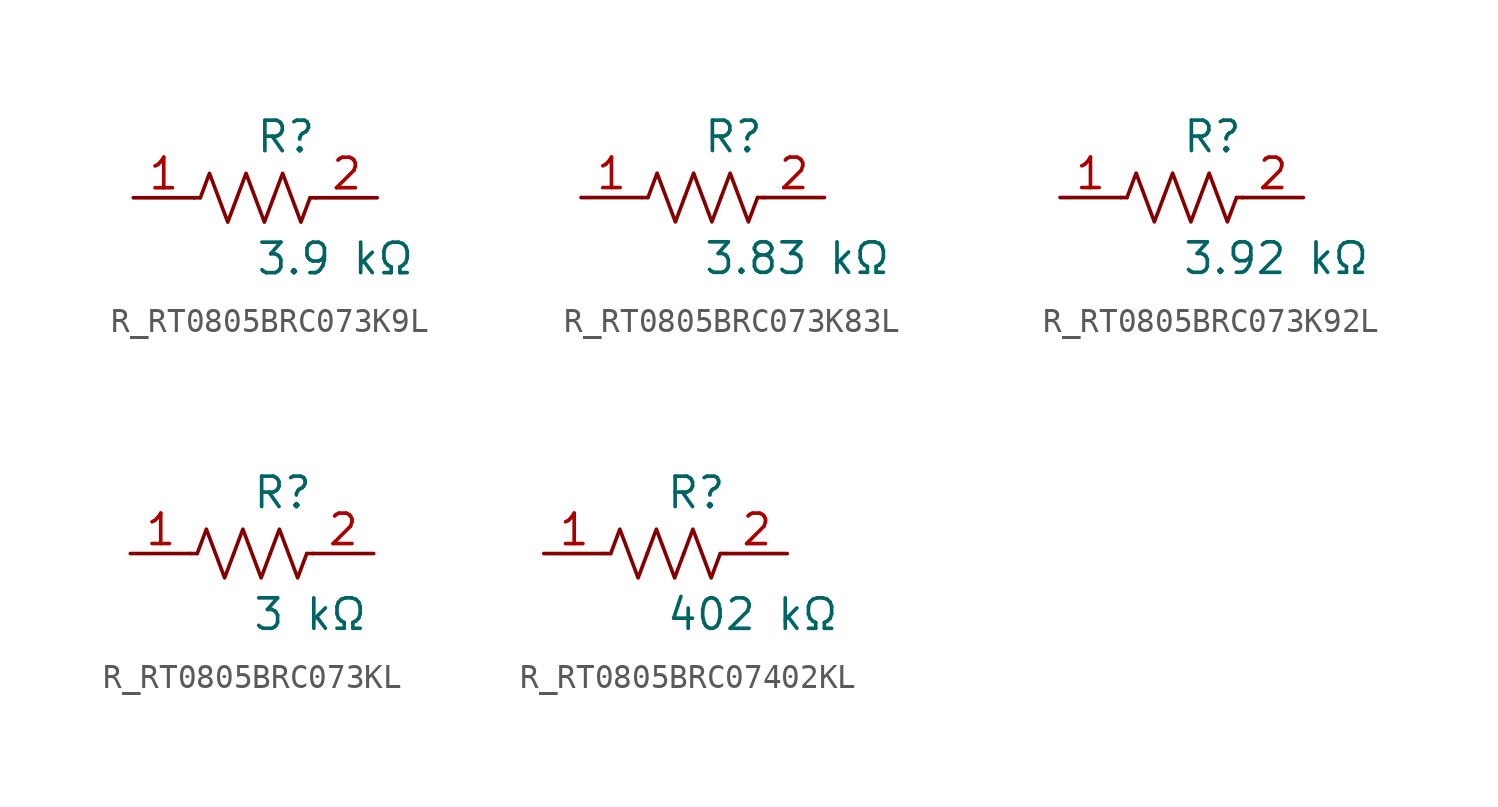
<source format=kicad_sym>
(kicad_symbol_lib
  (version 20231120)
  (generator kicad_symbol_editor)
  (generator_version 8.0)
  (symbol "R_RT0805BRC073K9L"
    (pin_names
      (offset 0.254))
    (property "Reference" "R"
      (at 0 2.54 0)
      (effects (font (size 1.27 1.27)) (justify left)))
    (property "Value" "3.9 kΩ"
      (at 0 -2.54 0)
      (effects (font (size 1.27 1.27)) (justify left)))
    (symbol "R_RT0805BRC073K9L_0_1"
      (polyline (pts (xy 2.286 0) (xy 2.54 0)) (stroke (width 0) (type default)) (fill (type none)))
      (polyline (pts (xy -2.286 0) (xy -2.54 0)) (stroke (width 0) (type default)) (fill (type none)))
      (polyline (pts (xy 0.762 0) (xy 1.143 1.016) (xy 1.524 0) (xy 1.905 -1.016) (xy 2.286 0)) (stroke (width 0) (type default)) (fill (type none)))
      (polyline (pts (xy -0.762 0) (xy -0.381 1.016) (xy 0 0) (xy 0.381 -1.016) (xy 0.762 0)) (stroke (width 0) (type default)) (fill (type none)))
      (polyline (pts (xy -2.286 0) (xy -1.905 1.016) (xy -1.524 0) (xy -1.143 -1.016) (xy -0.762 0)) (stroke (width 0) (type default)) (fill (type none))))
    (pin unspecified line
      (at -5.08 0 0)
      (length 2.54)
      (name "" (effects (font (size 1.27 1.27))))
      (number "1" (effects (font (size 1.27 1.27)))))
    (pin unspecified line
      (at 5.08 0 180)
      (length 2.54)
      (name "" (effects (font (size 1.27 1.27))))
      (number "2" (effects (font (size 1.27 1.27))))))
  (symbol "R_RT0805BRC073K83L"
    (pin_names
      (offset 0.254))
    (property "Reference" "R"
      (at 0 2.54 0)
      (effects (font (size 1.27 1.27)) (justify left)))
    (property "Value" "3.83 kΩ"
      (at 0 -2.54 0)
      (effects (font (size 1.27 1.27)) (justify left)))
    (symbol "R_RT0805BRC073K83L_0_1"
      (polyline (pts (xy 2.286 0) (xy 2.54 0)) (stroke (width 0) (type default)) (fill (type none)))
      (polyline (pts (xy -2.286 0) (xy -2.54 0)) (stroke (width 0) (type default)) (fill (type none)))
      (polyline (pts (xy 0.762 0) (xy 1.143 1.016) (xy 1.524 0) (xy 1.905 -1.016) (xy 2.286 0)) (stroke (width 0) (type default)) (fill (type none)))
      (polyline (pts (xy -0.762 0) (xy -0.381 1.016) (xy 0 0) (xy 0.381 -1.016) (xy 0.762 0)) (stroke (width 0) (type default)) (fill (type none)))
      (polyline (pts (xy -2.286 0) (xy -1.905 1.016) (xy -1.524 0) (xy -1.143 -1.016) (xy -0.762 0)) (stroke (width 0) (type default)) (fill (type none))))
    (pin unspecified line
      (at -5.08 0 0)
      (length 2.54)
      (name "" (effects (font (size 1.27 1.27))))
      (number "1" (effects (font (size 1.27 1.27)))))
    (pin unspecified line
      (at 5.08 0 180)
      (length 2.54)
      (name "" (effects (font (size 1.27 1.27))))
      (number "2" (effects (font (size 1.27 1.27))))))
  (symbol "R_RT0805BRC073K92L"
    (pin_names
      (offset 0.254))
    (property "Reference" "R"
      (at 0 2.54 0)
      (effects (font (size 1.27 1.27)) (justify left)))
    (property "Value" "3.92 kΩ"
      (at 0 -2.54 0)
      (effects (font (size 1.27 1.27)) (justify left)))
    (symbol "R_RT0805BRC073K92L_0_1"
      (polyline (pts (xy 2.286 0) (xy 2.54 0)) (stroke (width 0) (type default)) (fill (type none)))
      (polyline (pts (xy -2.286 0) (xy -2.54 0)) (stroke (width 0) (type default)) (fill (type none)))
      (polyline (pts (xy 0.762 0) (xy 1.143 1.016) (xy 1.524 0) (xy 1.905 -1.016) (xy 2.286 0)) (stroke (width 0) (type default)) (fill (type none)))
      (polyline (pts (xy -0.762 0) (xy -0.381 1.016) (xy 0 0) (xy 0.381 -1.016) (xy 0.762 0)) (stroke (width 0) (type default)) (fill (type none)))
      (polyline (pts (xy -2.286 0) (xy -1.905 1.016) (xy -1.524 0) (xy -1.143 -1.016) (xy -0.762 0)) (stroke (width 0) (type default)) (fill (type none))))
    (pin unspecified line
      (at -5.08 0 0)
      (length 2.54)
      (name "" (effects (font (size 1.27 1.27))))
      (number "1" (effects (font (size 1.27 1.27)))))
    (pin unspecified line
      (at 5.08 0 180)
      (length 2.54)
      (name "" (effects (font (size 1.27 1.27))))
      (number "2" (effects (font (size 1.27 1.27))))))
  (symbol "R_RT0805BRC073KL"
    (pin_names
      (offset 0.254))
    (property "Reference" "R"
      (at 0 2.54 0)
      (effects (font (size 1.27 1.27)) (justify left)))
    (property "Value" "3 kΩ"
      (at 0 -2.54 0)
      (effects (font (size 1.27 1.27)) (justify left)))
    (symbol "R_RT0805BRC073KL_0_1"
      (polyline (pts (xy 2.286 0) (xy 2.54 0)) (stroke (width 0) (type default)) (fill (type none)))
      (polyline (pts (xy -2.286 0) (xy -2.54 0)) (stroke (width 0) (type default)) (fill (type none)))
      (polyline (pts (xy 0.762 0) (xy 1.143 1.016) (xy 1.524 0) (xy 1.905 -1.016) (xy 2.286 0)) (stroke (width 0) (type default)) (fill (type none)))
      (polyline (pts (xy -0.762 0) (xy -0.381 1.016) (xy 0 0) (xy 0.381 -1.016) (xy 0.762 0)) (stroke (width 0) (type default)) (fill (type none)))
      (polyline (pts (xy -2.286 0) (xy -1.905 1.016) (xy -1.524 0) (xy -1.143 -1.016) (xy -0.762 0)) (stroke (width 0) (type default)) (fill (type none))))
    (pin unspecified line
      (at -5.08 0 0)
      (length 2.54)
      (name "" (effects (font (size 1.27 1.27))))
      (number "1" (effects (font (size 1.27 1.27)))))
    (pin unspecified line
      (at 5.08 0 180)
      (length 2.54)
      (name "" (effects (font (size 1.27 1.27))))
      (number "2" (effects (font (size 1.27 1.27))))))
  (symbol "R_RT0805BRC07402KL"
    (pin_names
      (offset 0.254))
    (property "Reference" "R"
      (at 0 2.54 0)
      (effects (font (size 1.27 1.27)) (justify left)))
    (property "Value" "402 kΩ"
      (at 0 -2.54 0)
      (effects (font (size 1.27 1.27)) (justify left)))
    (symbol "R_RT0805BRC07402KL_0_1"
      (polyline (pts (xy 2.286 0) (xy 2.54 0)) (stroke (width 0) (type default)) (fill (type none)))
      (polyline (pts (xy -2.286 0) (xy -2.54 0)) (stroke (width 0) (type default)) (fill (type none)))
      (polyline (pts (xy 0.762 0) (xy 1.143 1.016) (xy 1.524 0) (xy 1.905 -1.016) (xy 2.286 0)) (stroke (width 0) (type default)) (fill (type none)))
      (polyline (pts (xy -0.762 0) (xy -0.381 1.016) (xy 0 0) (xy 0.381 -1.016) (xy 0.762 0)) (stroke (width 0) (type default)) (fill (type none)))
      (polyline (pts (xy -2.286 0) (xy -1.905 1.016) (xy -1.524 0) (xy -1.143 -1.016) (xy -0.762 0)) (stroke (width 0) (type default)) (fill (type none))))
    (pin unspecified line
      (at -5.08 0 0)
      (length 2.54)
      (name "" (effects (font (size 1.27 1.27))))
      (number "1" (effects (font (size 1.27 1.27)))))
    (pin unspecified line
      (at 5.08 0 180)
      (length 2.54)
      (name "" (effects (font (size 1.27 1.27))))
      (number "2" (effects (font (size 1.27 1.27)))))))
</source>
